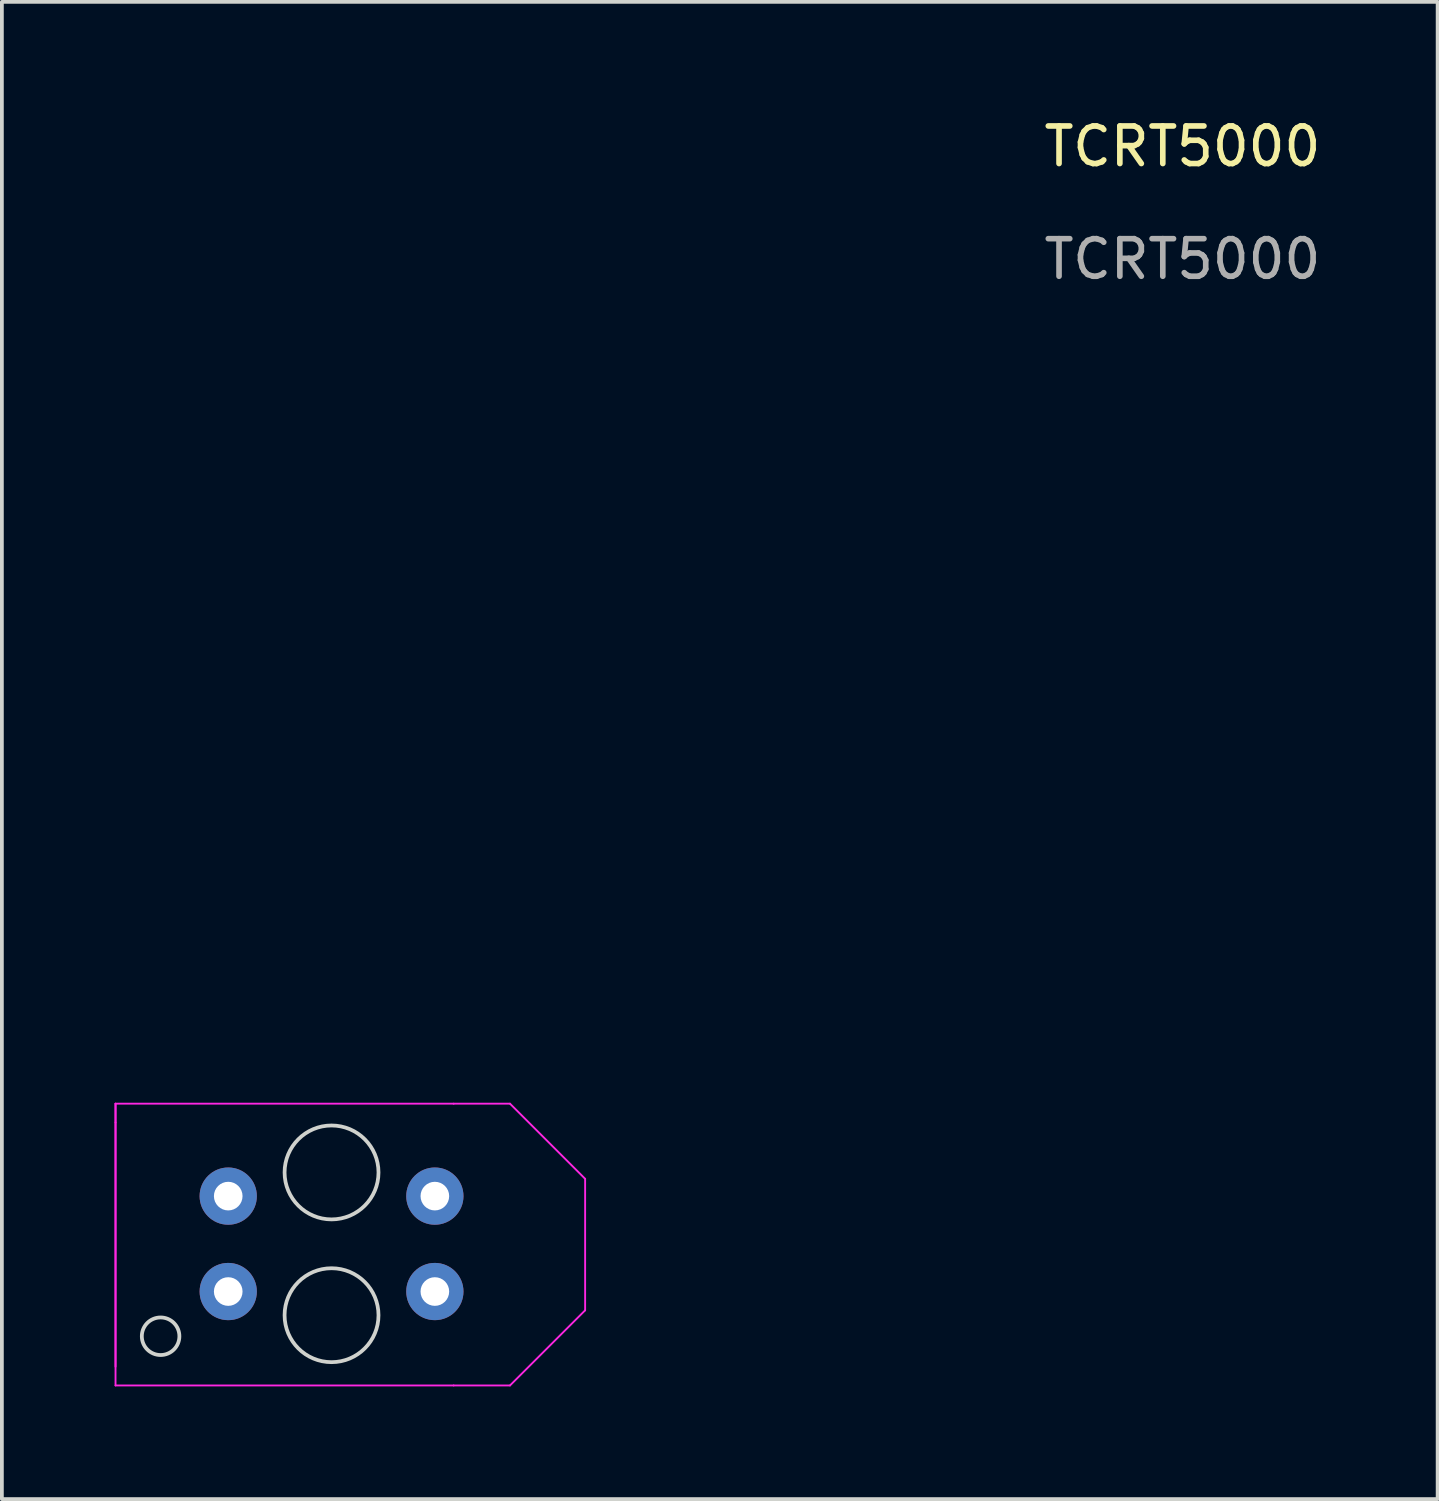
<source format=kicad_pcb>
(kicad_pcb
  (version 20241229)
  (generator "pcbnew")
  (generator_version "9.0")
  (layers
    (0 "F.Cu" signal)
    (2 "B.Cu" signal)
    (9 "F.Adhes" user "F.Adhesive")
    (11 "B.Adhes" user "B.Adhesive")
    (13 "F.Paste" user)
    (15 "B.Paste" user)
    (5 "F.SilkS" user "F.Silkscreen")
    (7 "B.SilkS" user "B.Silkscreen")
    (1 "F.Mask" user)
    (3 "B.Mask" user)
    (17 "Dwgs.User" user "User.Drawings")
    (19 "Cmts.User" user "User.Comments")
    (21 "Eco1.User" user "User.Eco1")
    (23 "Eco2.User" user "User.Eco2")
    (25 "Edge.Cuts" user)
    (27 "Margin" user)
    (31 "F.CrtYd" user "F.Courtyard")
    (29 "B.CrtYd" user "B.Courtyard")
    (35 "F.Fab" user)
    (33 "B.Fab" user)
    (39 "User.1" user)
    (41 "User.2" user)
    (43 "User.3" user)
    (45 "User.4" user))
  (footprint "TCRT5000"
    (layer "F.Cu")
    (at 3.025 31.328)
    (property "Reference" "TCRT5000" (at 25.4 -30.48 0) (unlocked yes) (layer "F.SilkS") (effects (font (size 1 1) (thickness 0.15))))
    (attr through_hole)
    (fp_circle (center -1.8 1.19) (end -1.3 1.19) (stroke (width 0.1) (type solid)) (fill no) (layer "Edge.Cuts"))
    (fp_circle (center 2.75 -3.17) (end 4 -3.17) (stroke (width 0.1) (type solid)) (fill no) (layer "Edge.Cuts"))
    (fp_circle (center 2.75 0.63) (end 4 0.63) (stroke (width 0.1) (type solid)) (fill no) (layer "Edge.Cuts"))
    (fp_line (start -3 -5) (end -3 2.5) (stroke (width 0.05) (type solid)) (layer "F.CrtYd"))
    (fp_line (start -3 -5) (end 6 -5) (stroke (width 0.05) (type solid)) (layer "F.CrtYd"))
    (fp_line (start -3 -4.5) (end -3 -5) (stroke (width 0.05) (type solid)) (layer "F.CrtYd"))
    (fp_line (start -3 2) (end -3 -4.5) (stroke (width 0.05) (type solid)) (layer "F.CrtYd"))
    (fp_line (start -3 2.5) (end 6 2.5) (stroke (width 0.05) (type solid)) (layer "F.CrtYd"))
    (fp_line (start 6 -5) (end 7.5 -5) (stroke (width 0.05) (type solid)) (layer "F.CrtYd"))
    (fp_line (start 6 2.5) (end 7.5 2.5) (stroke (width 0.05) (type solid)) (layer "F.CrtYd"))
    (fp_line (start 7.5 -5) (end 9.5 -3) (stroke (width 0.05) (type solid)) (layer "F.CrtYd"))
    (fp_line (start 7.5 2.5) (end 9.5 0.5) (stroke (width 0.05) (type solid)) (layer "F.CrtYd"))
    (fp_line (start 9.5 0.5) (end 9.5 -3) (stroke (width 0.05) (type solid)) (layer "F.CrtYd"))
    (fp_text user "${REFERENCE}" (at 25.4 -27.48 0) (unlocked yes) (layer "F.Fab") (effects (font (size 1 1) (thickness 0.15))))
    (pad "1" thru_hole circle (at 0 0) (size 1.524 1.524) (drill 0.762) (layers "*.Cu" "*.Mask"))
    (pad "2" thru_hole circle (at 0 -2.54) (size 1.524 1.524) (drill 0.762) (layers "*.Cu" "*.Mask"))
    (pad "3" thru_hole circle (at 5.5 -2.54) (size 1.524 1.524) (drill 0.762) (layers "*.Cu" "*.Mask"))
    (pad "4" thru_hole circle (at 5.5 0) (size 1.524 1.524) (drill 0.762) (layers "*.Cu" "*.Mask")))
  (gr_rect
    (start -3 -3)
    (end 35.217 36.853)
    (stroke (width 0.1) (type default))
    (fill no)
    (layer "Edge.Cuts")))
</source>
